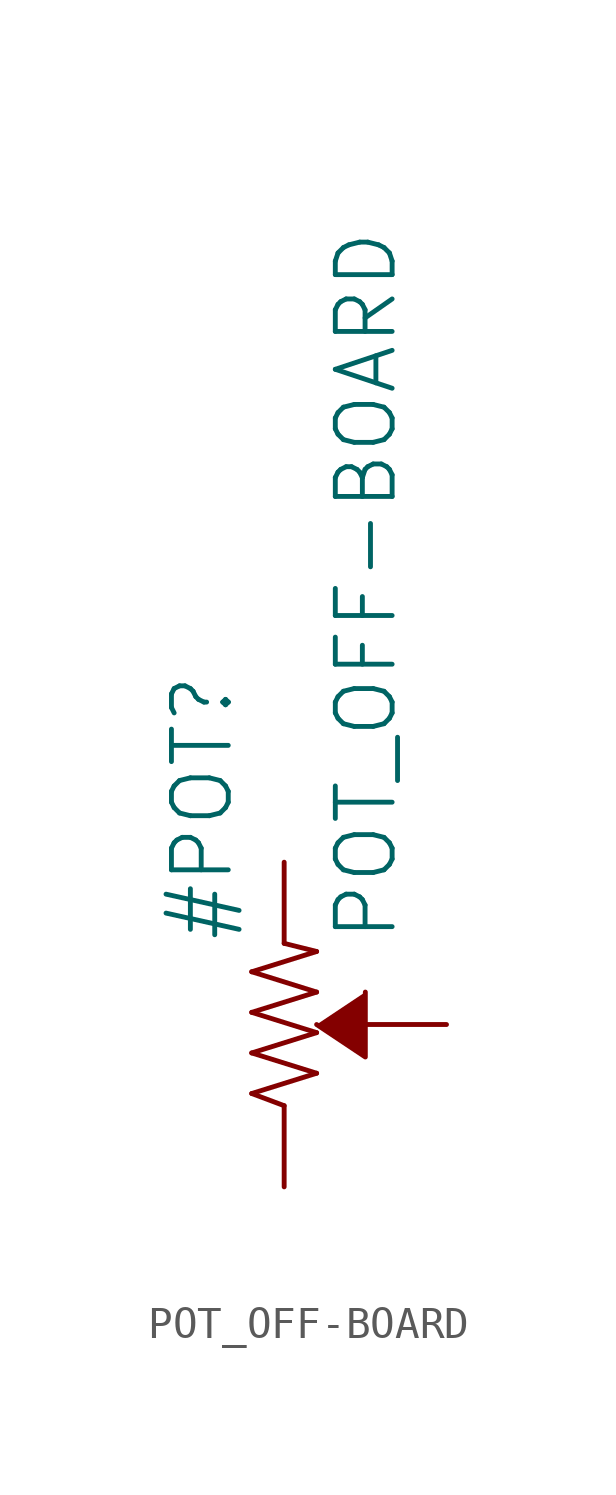
<source format=kicad_sym>
(kicad_symbol_lib
  (version 20211014)
  (generator kicad_symbol_editor)
  (symbol "POT_OFF-BOARD"
    (property "Reference" "#POT"
      (at -1.524 2.54 90)
      (effects (font (size 1.778 1.778)) (justify left bottom)))
    (property "Value" "POT_OFF-BOARD"
      (at 1.524 2.54 90)
      (effects (font (size 1.778 1.778)) (justify left top)))
    (property "ki_locked" ""
      (at 0 0 0)
      (effects (font (size 1.27 1.27))))
    (symbol "POT_OFF-BOARD_1_0"
      (polyline (pts (xy -1.016 -2.159) (xy 1.016 -1.524)) (stroke (width 0.152) (type default) (color 0 0 0 0)) (fill (type none)))
      (polyline (pts (xy -1.016 -0.889) (xy 1.016 -0.254)) (stroke (width 0.152) (type default) (color 0 0 0 0)) (fill (type none)))
      (polyline (pts (xy -1.016 0.381) (xy 1.016 1.016)) (stroke (width 0.152) (type default) (color 0 0 0 0)) (fill (type none)))
      (polyline (pts (xy -1.016 1.651) (xy 1.016 2.286)) (stroke (width 0.152) (type default) (color 0 0 0 0)) (fill (type none)))
      (polyline (pts (xy 0 -2.54) (xy -1.016 -2.159)) (stroke (width 0.152) (type default) (color 0 0 0 0)) (fill (type none)))
      (polyline (pts (xy 1.016 -1.524) (xy -1.016 -0.889)) (stroke (width 0.152) (type default) (color 0 0 0 0)) (fill (type none)))
      (polyline (pts (xy 1.016 -0.254) (xy -1.016 0.381)) (stroke (width 0.152) (type default) (color 0 0 0 0)) (fill (type none)))
      (polyline (pts (xy 1.016 1.016) (xy -1.016 1.651)) (stroke (width 0.152) (type default) (color 0 0 0 0)) (fill (type none)))
      (polyline (pts (xy 1.016 2.286) (xy 0 2.54)) (stroke (width 0.152) (type default) (color 0 0 0 0)) (fill (type none)))
      (polyline (pts (xy 1.016 0) (xy 2.54 -1.016) (xy 2.54 1.016)) (stroke (width 0) (type default) (color 0 0 0 0)) (fill (type outline)))
      (pin passive line (at 0 5.08 270) (length 2.54) (name "CCW" (effects (font (size 0 0)))) (number "1" (effects (font (size 0 0)))))
      (pin passive line (at 0 -5.08 90) (length 2.54) (name "CW" (effects (font (size 0 0)))) (number "2" (effects (font (size 0 0)))))
      (pin passive line (at 5.08 0 180) (length 2.54) (name "WIPER" (effects (font (size 0 0)))) (number "3" (effects (font (size 0 0))))))))
</source>
